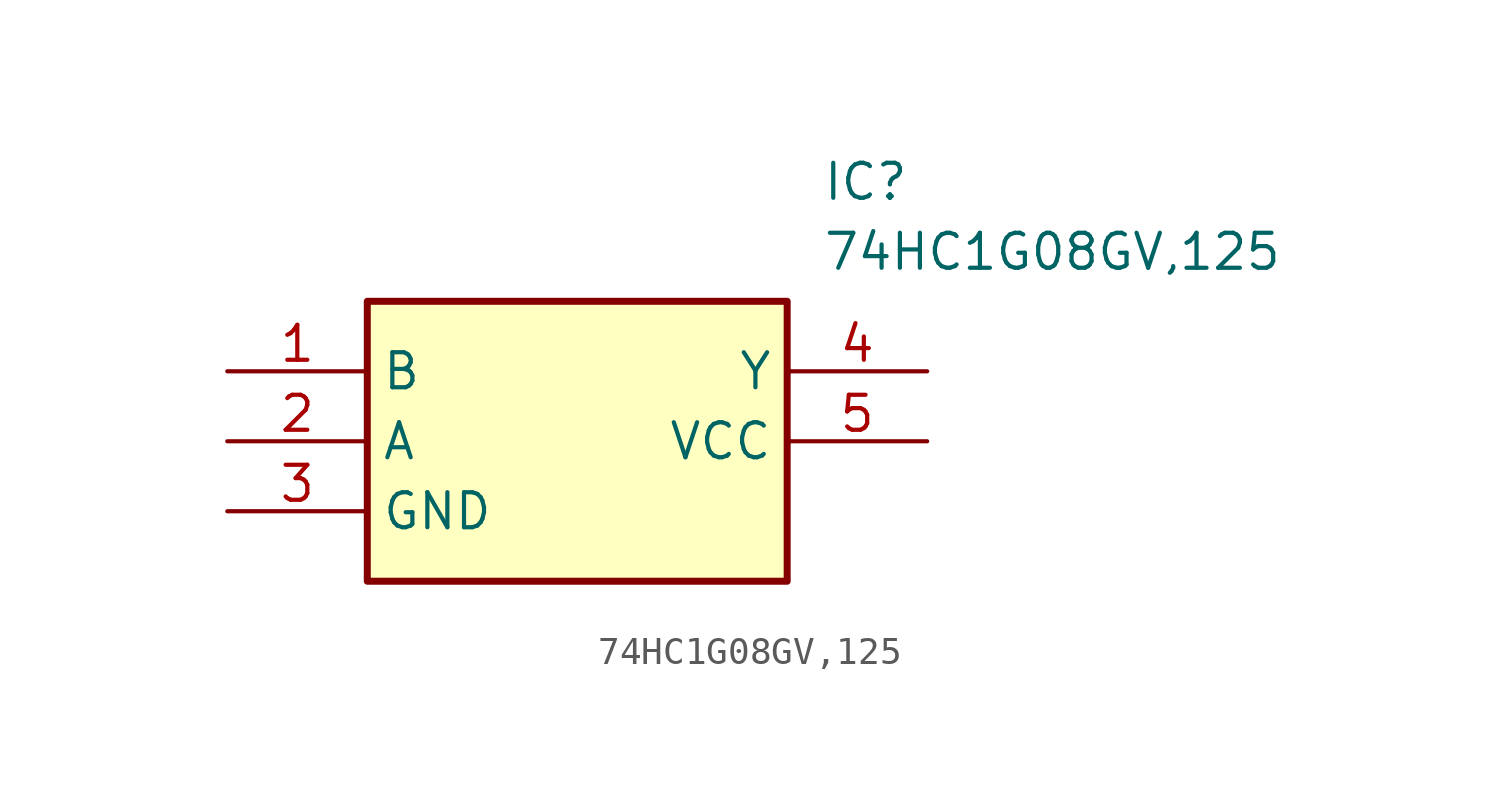
<source format=kicad_sym>
(kicad_symbol_lib
  (version 20211014)
  (generator SamacSys_ECAD_Model)
  (symbol "74HC1G08GV,125"
    (property "Reference" "IC"
      (at 21.59 7.62 0)
      (effects (font (size 1.27 1.27)) (justify left top)))
    (property "Value" "74HC1G08GV,125"
      (at 21.59 5.08 0)
      (effects (font (size 1.27 1.27)) (justify left top)))
    (rectangle
      (start 5.08 2.54)
      (end 20.32 -7.62)
      (stroke (width 0.254) (type default))
      (fill (type background)))
    (pin passive line
      (at 0 0 0)
      (length 5.08)
      (name "B" (effects (font (size 1.27 1.27))))
      (number "1" (effects (font (size 1.27 1.27)))))
    (pin passive line
      (at 0 -2.54 0)
      (length 5.08)
      (name "A" (effects (font (size 1.27 1.27))))
      (number "2" (effects (font (size 1.27 1.27)))))
    (pin passive line
      (at 0 -5.08 0)
      (length 5.08)
      (name "GND" (effects (font (size 1.27 1.27))))
      (number "3" (effects (font (size 1.27 1.27)))))
    (pin passive line
      (at 25.4 0 180)
      (length 5.08)
      (name "Y" (effects (font (size 1.27 1.27))))
      (number "4" (effects (font (size 1.27 1.27)))))
    (pin passive line
      (at 25.4 -2.54 180)
      (length 5.08)
      (name "VCC" (effects (font (size 1.27 1.27))))
      (number "5" (effects (font (size 1.27 1.27)))))))
</source>
